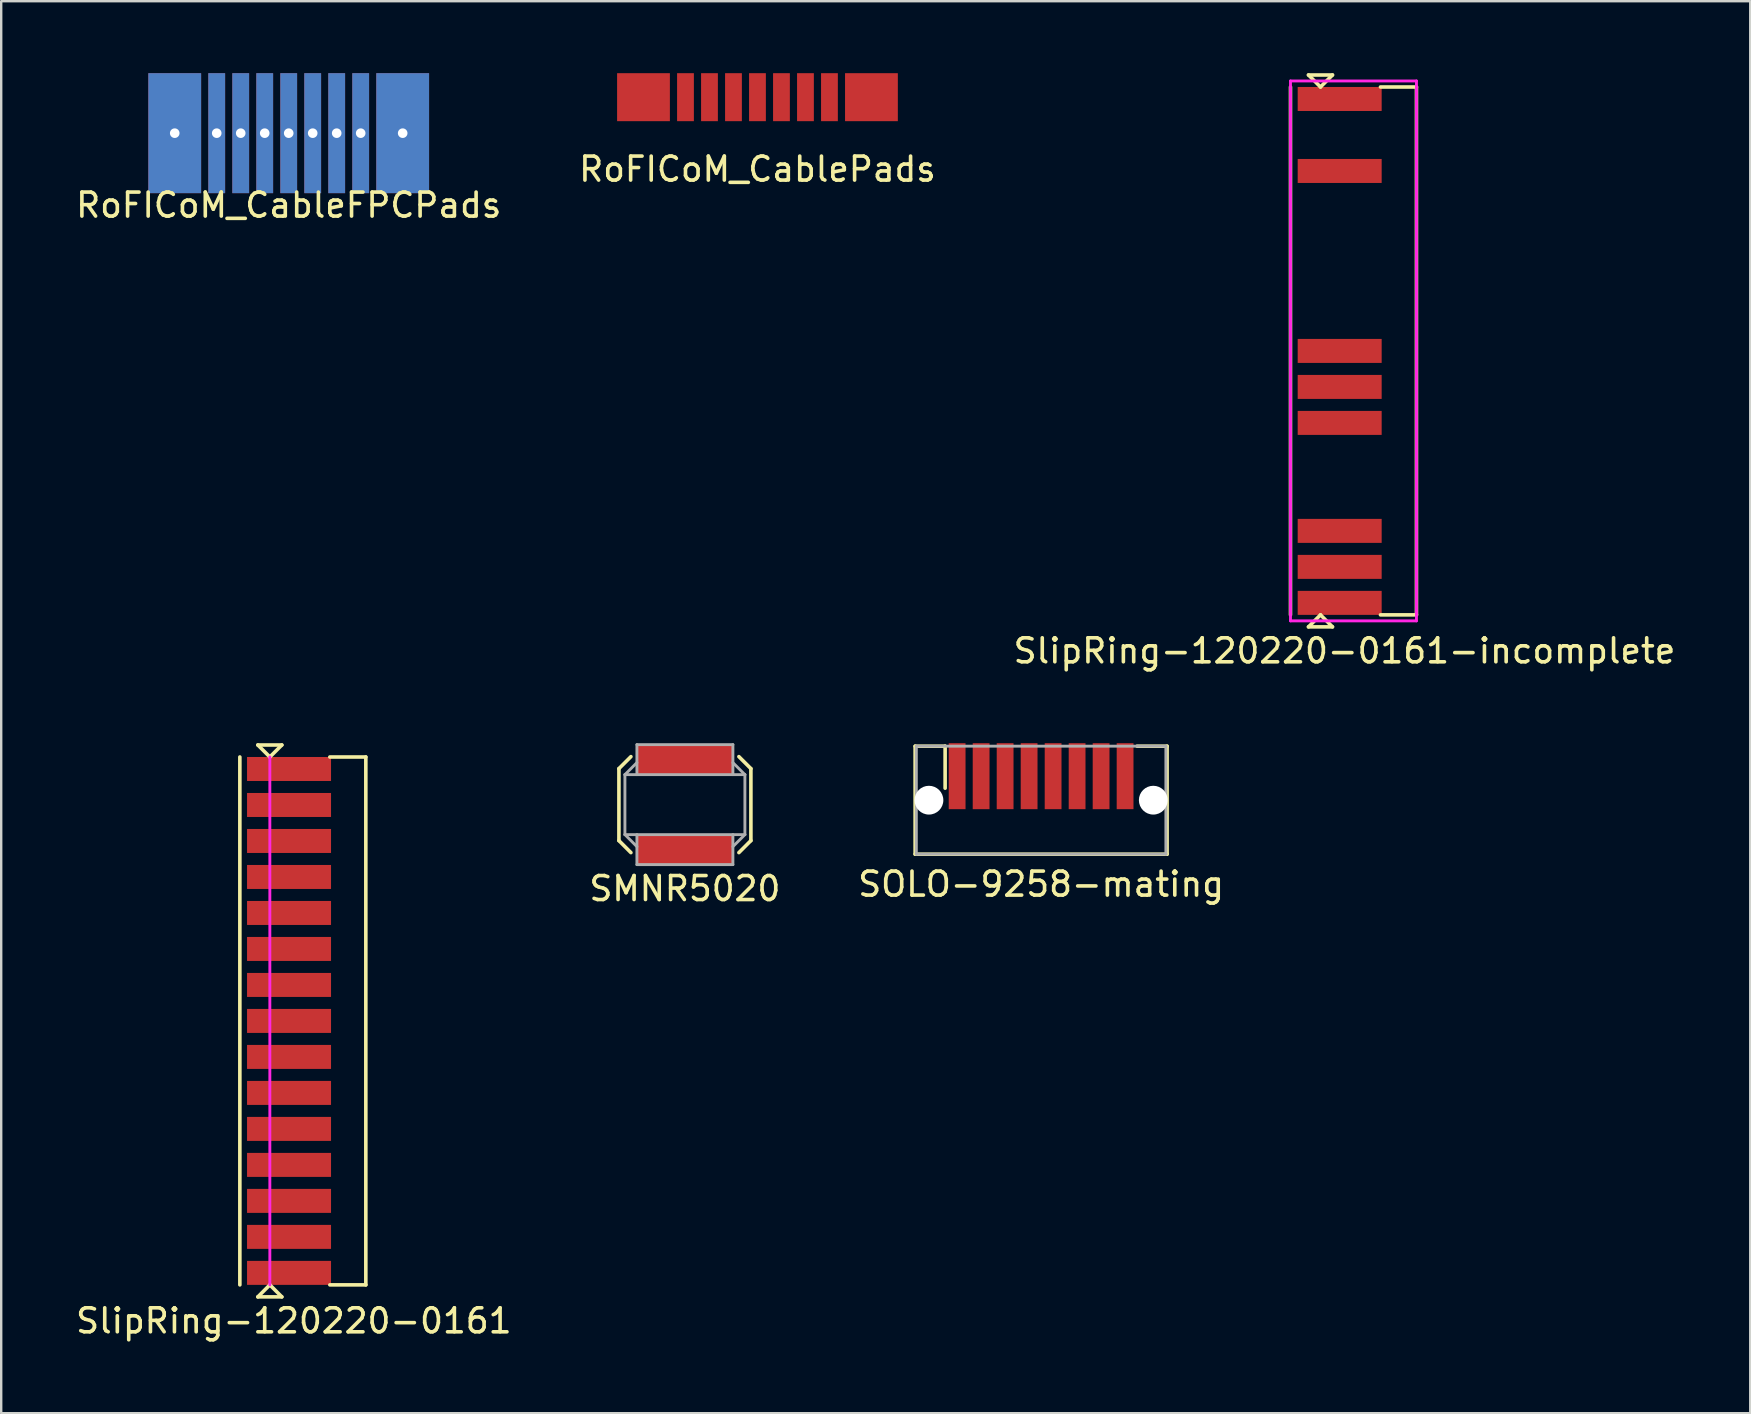
<source format=kicad_pcb>
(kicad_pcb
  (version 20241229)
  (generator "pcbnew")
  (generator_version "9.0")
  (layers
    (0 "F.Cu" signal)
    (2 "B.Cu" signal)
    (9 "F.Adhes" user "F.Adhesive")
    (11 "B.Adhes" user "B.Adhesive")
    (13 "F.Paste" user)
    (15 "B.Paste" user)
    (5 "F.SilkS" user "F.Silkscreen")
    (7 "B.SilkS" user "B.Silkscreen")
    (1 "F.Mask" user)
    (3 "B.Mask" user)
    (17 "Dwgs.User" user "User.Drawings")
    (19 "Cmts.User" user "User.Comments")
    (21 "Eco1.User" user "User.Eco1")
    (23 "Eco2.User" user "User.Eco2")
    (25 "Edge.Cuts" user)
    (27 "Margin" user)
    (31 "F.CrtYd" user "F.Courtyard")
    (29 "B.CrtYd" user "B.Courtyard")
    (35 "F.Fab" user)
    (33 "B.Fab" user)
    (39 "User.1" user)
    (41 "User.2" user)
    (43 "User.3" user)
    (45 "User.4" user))
  (footprint "SOLO-9258-mating"
    (layer "F.Cu")
    (at 40.339 30.298)
    (property "Reference" "SOLO-9258-mating" (at 0 3.5 0) (layer "F.SilkS") (effects (font (size 1 1) (thickness 0.15))))
    (attr smd)
    (fp_line (start -5.25 -2.25) (end -5.25 2.25) (stroke (width 0.15) (type solid)) (layer "F.SilkS"))
    (fp_line (start -5.25 2.25) (end 5.25 2.25) (stroke (width 0.15) (type solid)) (layer "F.SilkS"))
    (fp_line (start -4 -2.25) (end -5.25 -2.25) (stroke (width 0.15) (type solid)) (layer "F.SilkS"))
    (fp_line (start -4 -2.25) (end -4 -0.5) (stroke (width 0.15) (type solid)) (layer "F.SilkS"))
    (fp_line (start 5.25 -2.25) (end 4 -2.25) (stroke (width 0.15) (type solid)) (layer "F.SilkS"))
    (fp_line (start 5.25 2.25) (end 5.25 -2.25) (stroke (width 0.15) (type solid)) (layer "F.SilkS"))
    (fp_line (start -5.2 -2.25) (end -5.2 2.25) (stroke (width 0.12) (type solid)) (layer "F.Fab"))
    (fp_line (start 5.2 -2.25) (end -5.2 -2.25) (stroke (width 0.12) (type solid)) (layer "F.Fab"))
    (fp_line (start 5.2 -2.25) (end 5.2 2.25) (stroke (width 0.12) (type solid)) (layer "F.Fab"))
    (fp_line (start 5.2 2.25) (end -5.2 2.25) (stroke (width 0.12) (type solid)) (layer "F.Fab"))
    (pad "" np_thru_hole circle (at -4.675 0) (size 1.2 1.2) (drill 1.2) (layers "*.Cu" "*.Mask"))
    (pad "" np_thru_hole circle (at 4.675 0) (size 1.2 1.2) (drill 1.2) (layers "*.Cu" "*.Mask"))
    (pad "1" smd rect (at -3.5 -1) (size 0.7 2.75) (layers "F.Cu" "F.Mask" "F.Paste"))
    (pad "2" smd rect (at -2.5 -1) (size 0.7 2.75) (layers "F.Cu" "F.Mask" "F.Paste"))
    (pad "3" smd rect (at -1.5 -1) (size 0.7 2.75) (layers "F.Cu" "F.Mask" "F.Paste"))
    (pad "4" smd rect (at -0.5 -1) (size 0.7 2.75) (layers "F.Cu" "F.Mask" "F.Paste"))
    (pad "5" smd rect (at 0.5 -1) (size 0.7 2.75) (layers "F.Cu" "F.Mask" "F.Paste"))
    (pad "6" smd rect (at 1.5 -1) (size 0.7 2.75) (layers "F.Cu" "F.Mask" "F.Paste"))
    (pad "7" smd rect (at 2.5 -1) (size 0.7 2.75) (layers "F.Cu" "F.Mask" "F.Paste"))
    (pad "8" smd rect (at 3.5 -1) (size 0.7 2.75) (layers "F.Cu" "F.Mask" "F.Paste")))
  (footprint "RoFICoM_CableFPCPads"
    (layer "F.Cu")
    (at 8.982 2.5)
    (property "Reference" "RoFICoM_CableFPCPads" (at 0 3 0) (layer "F.SilkS") (effects (font (size 1 1) (thickness 0.15))))
    (attr exclude_from_pos_files exclude_from_bom)
    (pad "1" thru_hole rect (at -4.75 0) (size 2.2 5) (drill 0.4) (layers "*.Cu" "*.Mask"))
    (pad "2" thru_hole rect (at -3 0) (size 0.7 5) (drill 0.4) (layers "*.Cu" "*.Mask"))
    (pad "3" thru_hole rect (at -2 0) (size 0.7 5) (drill 0.4) (layers "*.Cu" "*.Mask"))
    (pad "4" thru_hole rect (at -1 0) (size 0.7 5) (drill 0.4) (layers "*.Cu" "*.Mask"))
    (pad "5" thru_hole rect (at 0 0) (size 0.7 5) (drill 0.4) (layers "*.Cu" "*.Mask"))
    (pad "6" thru_hole rect (at 1 0) (size 0.7 5) (drill 0.4) (layers "*.Cu" "*.Mask"))
    (pad "7" thru_hole rect (at 2 0) (size 0.7 5) (drill 0.4) (layers "*.Cu" "*.Mask"))
    (pad "8" thru_hole rect (at 3 0) (size 0.7 5) (drill 0.4) (layers "*.Cu" "*.Mask"))
    (pad "9" thru_hole rect (at 4.75 0) (size 2.2 5) (drill 0.4) (layers "*.Cu" "*.Mask")))
  (footprint "RoFICoM_CablePads"
    (layer "F.Cu")
    (at 28.518 1)
    (property "Reference" "RoFICoM_CablePads" (at 0 3 0) (layer "F.SilkS") (effects (font (size 1 1) (thickness 0.15))))
    (attr exclude_from_pos_files exclude_from_bom)
    (pad "1" smd rect (at -4.75 0) (size 2.2 2) (layers "F.Cu" "F.Mask"))
    (pad "2" smd rect (at -3 0) (size 0.7 2) (layers "F.Cu" "F.Mask"))
    (pad "3" smd rect (at -2 0) (size 0.7 2) (layers "F.Cu" "F.Mask"))
    (pad "4" smd rect (at -1 0) (size 0.7 2) (layers "F.Cu" "F.Mask"))
    (pad "5" smd rect (at 0 0) (size 0.7 2) (layers "F.Cu" "F.Mask"))
    (pad "6" smd rect (at 1 0) (size 0.7 2) (layers "F.Cu" "F.Mask"))
    (pad "7" smd rect (at 2 0) (size 0.7 2) (layers "F.Cu" "F.Mask"))
    (pad "8" smd rect (at 3 0) (size 0.7 2) (layers "F.Cu" "F.Mask"))
    (pad "9" smd rect (at 4.75 0) (size 2.2 2) (layers "F.Cu" "F.Mask")))
  (footprint "SlipRing-120220-0161"
    (layer "F.Cu")
    (at 8.196 49.998)
    (property "Reference" "SlipRing-120220-0161" (at 1 2 0) (layer "F.SilkS") (effects (font (size 1 1) (thickness 0.15))))
    (attr through_hole)
    (fp_line (start -1.25 -21.5) (end -1.25 0.5) (stroke (width 0.15) (type solid)) (layer "F.SilkS"))
    (fp_line (start -0.5 -22) (end 0.5 -22) (stroke (width 0.15) (type solid)) (layer "F.SilkS"))
    (fp_line (start -0.5 1) (end 0.5 1) (stroke (width 0.15) (type solid)) (layer "F.SilkS"))
    (fp_line (start 0 -21.5) (end -0.5 -22) (stroke (width 0.15) (type solid)) (layer "F.SilkS"))
    (fp_line (start 0 0.5) (end -0.5 1) (stroke (width 0.15) (type solid)) (layer "F.SilkS"))
    (fp_line (start 0.5 -22) (end 0 -21.5) (stroke (width 0.15) (type solid)) (layer "F.SilkS"))
    (fp_line (start 0.5 1) (end 0 0.5) (stroke (width 0.15) (type solid)) (layer "F.SilkS"))
    (fp_line (start 2.5 -21.5) (end 4 -21.5) (stroke (width 0.15) (type solid)) (layer "F.SilkS"))
    (fp_line (start 4 -21.5) (end 4 0.5) (stroke (width 0.15) (type solid)) (layer "F.SilkS"))
    (fp_line (start 4 0.5) (end 2.5 0.5) (stroke (width 0.15) (type solid)) (layer "F.SilkS"))
    (fp_line (start 0 0.5) (end 0 -21.5) (stroke (width 0.12) (type solid)) (layer "F.CrtYd"))
    (pad "1" smd rect (at 0 0) (size 3.5 1) (drill (offset 0.8 0)) (layers "F.Cu" "F.Mask" "F.Paste"))
    (pad "2" smd rect (at 0 -1.5) (size 3.5 1) (drill (offset 0.8 0)) (layers "F.Cu" "F.Mask" "F.Paste"))
    (pad "3" smd rect (at 0 -3) (size 3.5 1) (drill (offset 0.8 0)) (layers "F.Cu" "F.Mask" "F.Paste"))
    (pad "4" smd rect (at 0 -4.5) (size 3.5 1) (drill (offset 0.8 0)) (layers "F.Cu" "F.Mask" "F.Paste"))
    (pad "5" smd rect (at 0 -6) (size 3.5 1) (drill (offset 0.8 0)) (layers "F.Cu" "F.Mask" "F.Paste"))
    (pad "6" smd rect (at 0 -7.5) (size 3.5 1) (drill (offset 0.8 0)) (layers "F.Cu" "F.Mask" "F.Paste"))
    (pad "7" smd rect (at 0 -9) (size 3.5 1) (drill (offset 0.8 0)) (layers "F.Cu" "F.Mask" "F.Paste"))
    (pad "8" smd rect (at 0 -10.5) (size 3.5 1) (drill (offset 0.8 0)) (layers "F.Cu" "F.Mask" "F.Paste"))
    (pad "9" smd rect (at 0 -12) (size 3.5 1) (drill (offset 0.8 0)) (layers "F.Cu" "F.Mask" "F.Paste"))
    (pad "10" smd rect (at 0 -13.5) (size 3.5 1) (drill (offset 0.8 0)) (layers "F.Cu" "F.Mask" "F.Paste"))
    (pad "11" smd rect (at 0 -15) (size 3.5 1) (drill (offset 0.8 0)) (layers "F.Cu" "F.Mask" "F.Paste"))
    (pad "12" smd rect (at 0 -16.5) (size 3.5 1) (drill (offset 0.8 0)) (layers "F.Cu" "F.Mask" "F.Paste"))
    (pad "13" smd rect (at 0 -18) (size 3.5 1) (drill (offset 0.8 0)) (layers "F.Cu" "F.Mask" "F.Paste"))
    (pad "14" smd rect (at 0 -19.5) (size 3.5 1) (drill (offset 0.8 0)) (layers "F.Cu" "F.Mask" "F.Paste"))
    (pad "15" smd rect (at 0 -21) (size 3.5 1) (drill (offset 0.8 0)) (layers "F.Cu" "F.Mask" "F.Paste")))
  (footprint "SlipRing-120220-0161-incomplete"
    (layer "F.Cu")
    (at 51.982 22.075)
    (property "Reference" "SlipRing-120220-0161-incomplete" (at 1 2 0) (layer "F.SilkS") (effects (font (size 1 1) (thickness 0.15))))
    (attr through_hole)
    (fp_line (start -1.25 -21.5) (end -1.25 0.5) (stroke (width 0.15) (type solid)) (layer "F.SilkS"))
    (fp_line (start -0.5 -22) (end 0.5 -22) (stroke (width 0.15) (type solid)) (layer "F.SilkS"))
    (fp_line (start -0.5 1) (end 0.5 1) (stroke (width 0.15) (type solid)) (layer "F.SilkS"))
    (fp_line (start 0 -21.5) (end -0.5 -22) (stroke (width 0.15) (type solid)) (layer "F.SilkS"))
    (fp_line (start 0 0.5) (end -0.5 1) (stroke (width 0.15) (type solid)) (layer "F.SilkS"))
    (fp_line (start 0.5 -22) (end 0 -21.5) (stroke (width 0.15) (type solid)) (layer "F.SilkS"))
    (fp_line (start 0.5 1) (end 0 0.5) (stroke (width 0.15) (type solid)) (layer "F.SilkS"))
    (fp_line (start 2.5 -21.5) (end 4 -21.5) (stroke (width 0.15) (type solid)) (layer "F.SilkS"))
    (fp_line (start 4 -21.5) (end 4 0.5) (stroke (width 0.15) (type solid)) (layer "F.SilkS"))
    (fp_line (start 4 0.5) (end 2.5 0.5) (stroke (width 0.15) (type solid)) (layer "F.SilkS"))
    (fp_line (start -1.25 -21.75) (end 4 -21.75) (stroke (width 0.12) (type solid)) (layer "F.CrtYd"))
    (fp_line (start -1.25 0.75) (end -1.25 -21.75) (stroke (width 0.12) (type solid)) (layer "F.CrtYd"))
    (fp_line (start 4 -21.75) (end 4 0.75) (stroke (width 0.12) (type solid)) (layer "F.CrtYd"))
    (fp_line (start 4 0.75) (end -1.25 0.75) (stroke (width 0.12) (type solid)) (layer "F.CrtYd"))
    (pad "1" smd rect (at 0 0) (size 3.5 1) (drill (offset 0.8 0)) (layers "F.Cu" "F.Mask" "F.Paste"))
    (pad "2" smd rect (at 0 -1.5) (size 3.5 1) (drill (offset 0.8 0)) (layers "F.Cu" "F.Mask" "F.Paste"))
    (pad "3" smd rect (at 0 -3) (size 3.5 1) (drill (offset 0.8 0)) (layers "F.Cu" "F.Mask" "F.Paste"))
    (pad "6" smd rect (at 0 -7.5) (size 3.5 1) (drill (offset 0.8 0)) (layers "F.Cu" "F.Mask" "F.Paste"))
    (pad "7" smd rect (at 0 -9) (size 3.5 1) (drill (offset 0.8 0)) (layers "F.Cu" "F.Mask" "F.Paste"))
    (pad "8" smd rect (at 0 -10.5) (size 3.5 1) (drill (offset 0.8 0)) (layers "F.Cu" "F.Mask" "F.Paste"))
    (pad "13" smd rect (at 0 -18) (size 3.5 1) (drill (offset 0.8 0)) (layers "F.Cu" "F.Mask" "F.Paste"))
    (pad "15" smd rect (at 0 -21) (size 3.5 1) (drill (offset 0.8 0)) (layers "F.Cu" "F.Mask" "F.Paste")))
  (footprint "SMNR5020"
    (layer "F.Cu")
    (at 25.494 30.483)
    (property "Reference" "SMNR5020" (at 0 3.5 0) (layer "F.SilkS") (effects (font (size 1 1) (thickness 0.15))))
    (attr smd)
    (fp_line (start -2.75 -1.5) (end -2.75 1.5) (stroke (width 0.15) (type solid)) (layer "F.SilkS"))
    (fp_line (start -2.75 1.5) (end -2.25 2) (stroke (width 0.15) (type solid)) (layer "F.SilkS"))
    (fp_line (start -2.25 -2) (end -2.75 -1.5) (stroke (width 0.15) (type solid)) (layer "F.SilkS"))
    (fp_line (start 2.25 -2) (end 2.75 -1.5) (stroke (width 0.15) (type solid)) (layer "F.SilkS"))
    (fp_line (start 2.75 -1.5) (end 2.75 1.5) (stroke (width 0.15) (type solid)) (layer "F.SilkS"))
    (fp_line (start 2.75 1.5) (end 2.25 2) (stroke (width 0.15) (type solid)) (layer "F.SilkS"))
    (fp_line (start -2.5 -1.25) (end -2 -1.75) (stroke (width 0.12) (type solid)) (layer "F.Fab"))
    (fp_line (start -2.5 -1.25) (end 2.5 -1.25) (stroke (width 0.12) (type solid)) (layer "F.Fab"))
    (fp_line (start -2.5 1.25) (end -2.5 -1.25) (stroke (width 0.12) (type solid)) (layer "F.Fab"))
    (fp_line (start -2.5 1.25) (end -2 1.75) (stroke (width 0.12) (type solid)) (layer "F.Fab"))
    (fp_line (start -2 -2.5) (end 2 -2.5) (stroke (width 0.12) (type solid)) (layer "F.Fab"))
    (fp_line (start -2 -1.25) (end -2 -2.5) (stroke (width 0.12) (type solid)) (layer "F.Fab"))
    (fp_line (start -2 2.5) (end -2 1.25) (stroke (width 0.12) (type solid)) (layer "F.Fab"))
    (fp_line (start 2 -2.5) (end 2 -1.25) (stroke (width 0.12) (type solid)) (layer "F.Fab"))
    (fp_line (start 2 1.25) (end 2 2.5) (stroke (width 0.12) (type solid)) (layer "F.Fab"))
    (fp_line (start 2 2.5) (end -2 2.5) (stroke (width 0.12) (type solid)) (layer "F.Fab"))
    (fp_line (start 2.5 -1.25) (end 2 -1.75) (stroke (width 0.12) (type solid)) (layer "F.Fab"))
    (fp_line (start 2.5 -1.25) (end 2.5 1.25) (stroke (width 0.12) (type solid)) (layer "F.Fab"))
    (fp_line (start 2.5 1.25) (end -2.5 1.25) (stroke (width 0.12) (type solid)) (layer "F.Fab"))
    (fp_line (start 2.5 1.25) (end 2 1.75) (stroke (width 0.12) (type solid)) (layer "F.Fab"))
    (pad "1" smd rect (at 0 -1.875) (size 4 1.25) (layers "F.Cu" "F.Mask" "F.Paste"))
    (pad "2" smd rect (at 0 1.875) (size 4 1.25) (layers "F.Cu" "F.Mask" "F.Paste")))
  (gr_rect
    (start -3 -3)
    (end 69.893 55.846)
    (stroke (width 0.1) (type default))
    (fill no)
    (layer "Edge.Cuts")))
</source>
